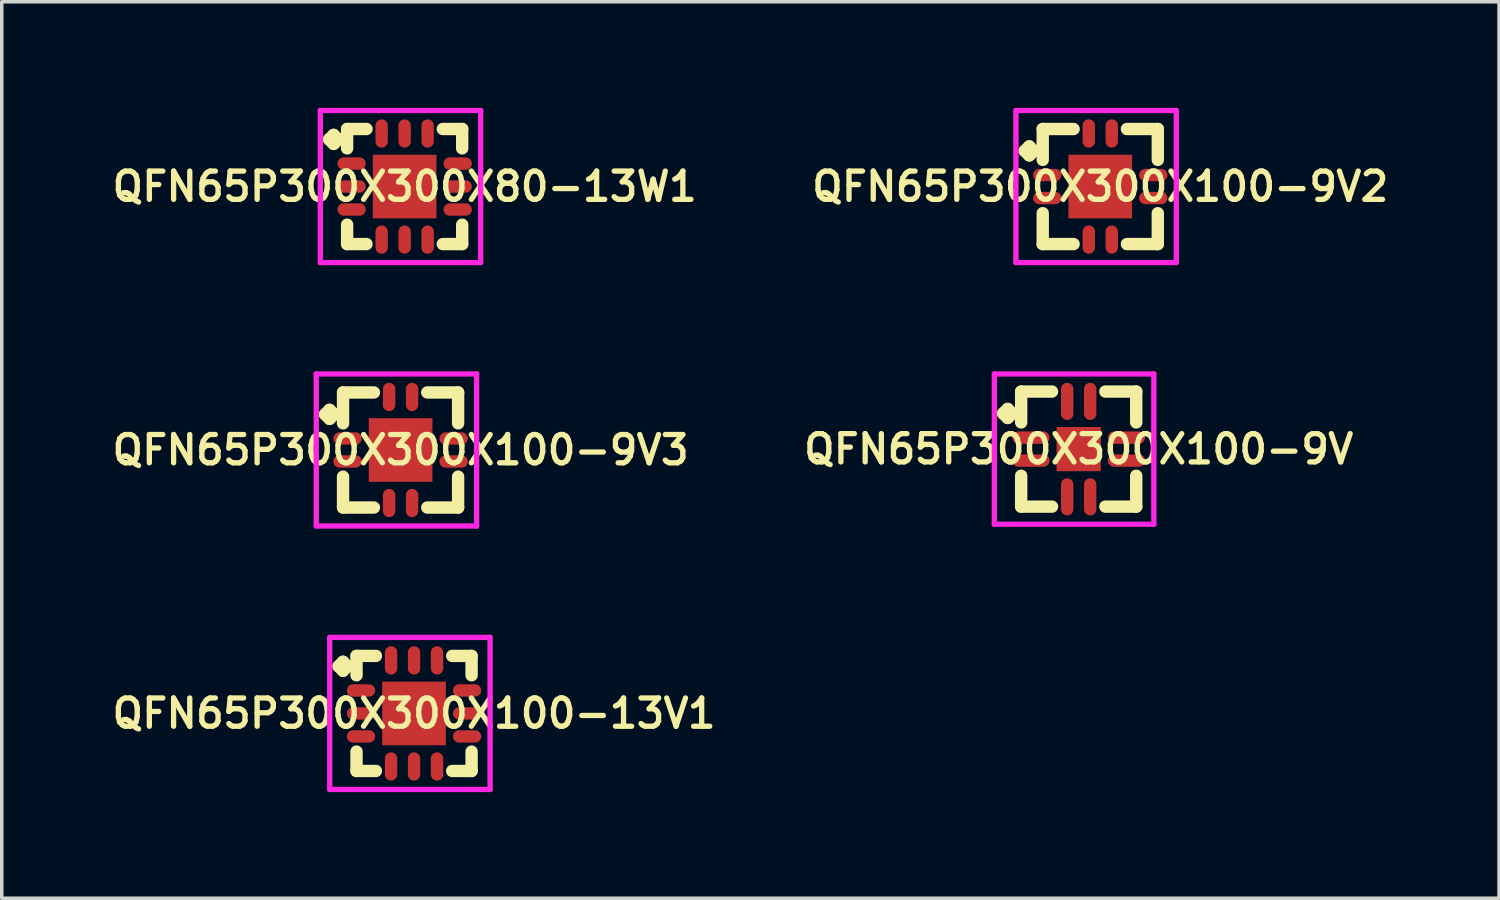
<source format=kicad_pcb>
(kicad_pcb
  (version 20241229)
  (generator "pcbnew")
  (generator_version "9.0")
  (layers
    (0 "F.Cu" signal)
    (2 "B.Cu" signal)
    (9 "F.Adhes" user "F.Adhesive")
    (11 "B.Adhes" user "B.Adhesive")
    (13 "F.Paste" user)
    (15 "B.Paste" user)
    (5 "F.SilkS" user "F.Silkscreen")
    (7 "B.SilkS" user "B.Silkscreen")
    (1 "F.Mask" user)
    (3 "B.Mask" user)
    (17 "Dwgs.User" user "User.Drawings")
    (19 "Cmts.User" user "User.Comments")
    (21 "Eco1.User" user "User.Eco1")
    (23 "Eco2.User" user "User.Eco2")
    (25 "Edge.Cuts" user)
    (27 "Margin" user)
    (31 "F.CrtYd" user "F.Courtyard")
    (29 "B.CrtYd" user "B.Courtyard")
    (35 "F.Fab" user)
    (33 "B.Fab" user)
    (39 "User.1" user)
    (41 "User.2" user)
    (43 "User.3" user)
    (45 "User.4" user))
  (footprint "QFN65P300X300X100-9V2"
    (layer "F.Cu")
    (at 28.064 2.225)
    (property "Reference" "QFN65P300X300X100-9V2" (at 0 0 0) (layer "F.SilkS") (effects (font (size 0.8 0.8) (thickness 0.15))))
    (attr smd)
    (fp_line (start -2.135 -1.008) (end -2.008 -1.135) (stroke (width 0.35) (type solid)) (layer "F.SilkS"))
    (fp_line (start -2.008 -1.135) (end -1.881 -1.008) (stroke (width 0.35) (type solid)) (layer "F.SilkS"))
    (fp_line (start -2.008 -0.881) (end -2.135 -1.008) (stroke (width 0.35) (type solid)) (layer "F.SilkS"))
    (fp_line (start -1.881 -1.008) (end -2.008 -0.881) (stroke (width 0.35) (type solid)) (layer "F.SilkS"))
    (fp_line (start -1.627 -1.627) (end -0.754 -1.627) (stroke (width 0.35) (type solid)) (layer "F.SilkS"))
    (fp_line (start -1.627 -0.754) (end -1.627 -1.627) (stroke (width 0.35) (type solid)) (layer "F.SilkS"))
    (fp_line (start -1.627 0.754) (end -1.627 1.627) (stroke (width 0.35) (type solid)) (layer "F.SilkS"))
    (fp_line (start -1.627 1.627) (end -0.754 1.627) (stroke (width 0.35) (type solid)) (layer "F.SilkS"))
    (fp_line (start 0.754 -1.627) (end 1.627 -1.627) (stroke (width 0.35) (type solid)) (layer "F.SilkS"))
    (fp_line (start 0.754 1.627) (end 1.627 1.627) (stroke (width 0.35) (type solid)) (layer "F.SilkS"))
    (fp_line (start 1.627 -1.627) (end 1.627 -0.754) (stroke (width 0.35) (type solid)) (layer "F.SilkS"))
    (fp_line (start 1.627 1.627) (end 1.627 0.754) (stroke (width 0.35) (type solid)) (layer "F.SilkS"))
    (fp_line (start -2.385 -2.15) (end 2.15 -2.15) (stroke (width 0.15) (type solid)) (layer "F.CrtYd"))
    (fp_line (start -2.385 2.15) (end -2.385 -2.15) (stroke (width 0.15) (type solid)) (layer "F.CrtYd"))
    (fp_line (start 2.15 -2.15) (end 2.15 2.15) (stroke (width 0.15) (type solid)) (layer "F.CrtYd"))
    (fp_line (start 2.15 2.15) (end -2.385 2.15) (stroke (width 0.15) (type solid)) (layer "F.CrtYd"))
    (pad "1" smd oval (at -1.5 -0.325) (size 0.8 0.35) (layers "F.Cu" "F.Mask" "F.Paste"))
    (pad "2" smd oval (at -1.5 0.325) (size 0.8 0.35) (layers "F.Cu" "F.Mask" "F.Paste"))
    (pad "3" smd oval (at -0.325 1.5) (size 0.35 0.8) (layers "F.Cu" "F.Mask" "F.Paste"))
    (pad "4" smd oval (at 0.325 1.5) (size 0.35 0.8) (layers "F.Cu" "F.Mask" "F.Paste"))
    (pad "5" smd oval (at 1.5 0.325) (size 0.8 0.35) (layers "F.Cu" "F.Mask" "F.Paste"))
    (pad "6" smd oval (at 1.5 -0.325) (size 0.8 0.35) (layers "F.Cu" "F.Mask" "F.Paste"))
    (pad "7" smd oval (at 0.325 -1.5) (size 0.35 0.8) (layers "F.Cu" "F.Mask" "F.Paste"))
    (pad "8" smd oval (at -0.325 -1.5) (size 0.35 0.8) (layers "F.Cu" "F.Mask" "F.Paste"))
    (pad "9" smd rect (at 0 0) (size 1.8 1.8) (layers "F.Cu" "F.Mask" "F.Paste")))
  (footprint "QFN65P300X300X80-13W1"
    (layer "F.Cu")
    (at 8.393 2.225)
    (property "Reference" "QFN65P300X300X80-13W1" (at 0 0 0) (layer "F.SilkS") (effects (font (size 0.8 0.8) (thickness 0.15))))
    (attr smd)
    (fp_line (start -2.135 -1.333) (end -2.008 -1.46) (stroke (width 0.35) (type solid)) (layer "F.SilkS"))
    (fp_line (start -2.008 -1.46) (end -1.881 -1.333) (stroke (width 0.35) (type solid)) (layer "F.SilkS"))
    (fp_line (start -2.008 -1.206) (end -2.135 -1.333) (stroke (width 0.35) (type solid)) (layer "F.SilkS"))
    (fp_line (start -1.881 -1.333) (end -2.008 -1.206) (stroke (width 0.35) (type solid)) (layer "F.SilkS"))
    (fp_line (start -1.627 -1.627) (end -1.079 -1.627) (stroke (width 0.35) (type solid)) (layer "F.SilkS"))
    (fp_line (start -1.627 -1.079) (end -1.627 -1.627) (stroke (width 0.35) (type solid)) (layer "F.SilkS"))
    (fp_line (start -1.627 1.079) (end -1.627 1.627) (stroke (width 0.35) (type solid)) (layer "F.SilkS"))
    (fp_line (start -1.627 1.627) (end -1.079 1.627) (stroke (width 0.35) (type solid)) (layer "F.SilkS"))
    (fp_line (start 1.079 -1.627) (end 1.627 -1.627) (stroke (width 0.35) (type solid)) (layer "F.SilkS"))
    (fp_line (start 1.079 1.627) (end 1.627 1.627) (stroke (width 0.35) (type solid)) (layer "F.SilkS"))
    (fp_line (start 1.627 -1.627) (end 1.627 -1.079) (stroke (width 0.35) (type solid)) (layer "F.SilkS"))
    (fp_line (start 1.627 1.627) (end 1.627 1.079) (stroke (width 0.35) (type solid)) (layer "F.SilkS"))
    (fp_line (start -2.385 -2.15) (end 2.15 -2.15) (stroke (width 0.15) (type solid)) (layer "F.CrtYd"))
    (fp_line (start -2.385 2.15) (end -2.385 -2.15) (stroke (width 0.15) (type solid)) (layer "F.CrtYd"))
    (fp_line (start 2.15 -2.15) (end 2.15 2.15) (stroke (width 0.15) (type solid)) (layer "F.CrtYd"))
    (fp_line (start 2.15 2.15) (end -2.385 2.15) (stroke (width 0.15) (type solid)) (layer "F.CrtYd"))
    (pad "1" smd oval (at -1.5 -0.65) (size 0.8 0.35) (layers "F.Cu" "F.Mask" "F.Paste"))
    (pad "2" smd oval (at -1.5 0) (size 0.8 0.35) (layers "F.Cu" "F.Mask" "F.Paste"))
    (pad "3" smd oval (at -1.5 0.65) (size 0.8 0.35) (layers "F.Cu" "F.Mask" "F.Paste"))
    (pad "4" smd oval (at -0.65 1.5) (size 0.35 0.8) (layers "F.Cu" "F.Mask" "F.Paste"))
    (pad "5" smd oval (at 0 1.5) (size 0.35 0.8) (layers "F.Cu" "F.Mask" "F.Paste"))
    (pad "6" smd oval (at 0.65 1.5) (size 0.35 0.8) (layers "F.Cu" "F.Mask" "F.Paste"))
    (pad "7" smd oval (at 1.5 0.65) (size 0.8 0.35) (layers "F.Cu" "F.Mask" "F.Paste"))
    (pad "8" smd oval (at 1.5 0) (size 0.8 0.35) (layers "F.Cu" "F.Mask" "F.Paste"))
    (pad "9" smd oval (at 1.5 -0.65) (size 0.8 0.35) (layers "F.Cu" "F.Mask" "F.Paste"))
    (pad "10" smd oval (at 0.65 -1.5) (size 0.35 0.8) (layers "F.Cu" "F.Mask" "F.Paste"))
    (pad "11" smd oval (at 0 -1.5) (size 0.35 0.8) (layers "F.Cu" "F.Mask" "F.Paste"))
    (pad "12" smd oval (at -0.65 -1.5) (size 0.35 0.8) (layers "F.Cu" "F.Mask" "F.Paste"))
    (pad "13" smd rect (at 0 0) (size 1.8 1.8) (layers "F.Cu" "F.Mask" "F.Paste")))
  (footprint "QFN65P300X300X100-13V1"
    (layer "F.Cu")
    (at 8.659 17.125)
    (property "Reference" "QFN65P300X300X100-13V1" (at 0 0 0) (layer "F.SilkS") (effects (font (size 0.8 0.8) (thickness 0.15))))
    (attr smd)
    (fp_line (start -2.135 -1.333) (end -2.008 -1.46) (stroke (width 0.35) (type solid)) (layer "F.SilkS"))
    (fp_line (start -2.008 -1.46) (end -1.881 -1.333) (stroke (width 0.35) (type solid)) (layer "F.SilkS"))
    (fp_line (start -2.008 -1.206) (end -2.135 -1.333) (stroke (width 0.35) (type solid)) (layer "F.SilkS"))
    (fp_line (start -1.881 -1.333) (end -2.008 -1.206) (stroke (width 0.35) (type solid)) (layer "F.SilkS"))
    (fp_line (start -1.627 -1.627) (end -1.079 -1.627) (stroke (width 0.35) (type solid)) (layer "F.SilkS"))
    (fp_line (start -1.627 -1.079) (end -1.627 -1.627) (stroke (width 0.35) (type solid)) (layer "F.SilkS"))
    (fp_line (start -1.627 1.079) (end -1.627 1.627) (stroke (width 0.35) (type solid)) (layer "F.SilkS"))
    (fp_line (start -1.627 1.627) (end -1.079 1.627) (stroke (width 0.35) (type solid)) (layer "F.SilkS"))
    (fp_line (start 1.079 -1.627) (end 1.627 -1.627) (stroke (width 0.35) (type solid)) (layer "F.SilkS"))
    (fp_line (start 1.079 1.627) (end 1.627 1.627) (stroke (width 0.35) (type solid)) (layer "F.SilkS"))
    (fp_line (start 1.627 -1.627) (end 1.627 -1.079) (stroke (width 0.35) (type solid)) (layer "F.SilkS"))
    (fp_line (start 1.627 1.627) (end 1.627 1.079) (stroke (width 0.35) (type solid)) (layer "F.SilkS"))
    (fp_line (start -2.385 -2.15) (end 2.15 -2.15) (stroke (width 0.15) (type solid)) (layer "F.CrtYd"))
    (fp_line (start -2.385 2.15) (end -2.385 -2.15) (stroke (width 0.15) (type solid)) (layer "F.CrtYd"))
    (fp_line (start 2.15 -2.15) (end 2.15 2.15) (stroke (width 0.15) (type solid)) (layer "F.CrtYd"))
    (fp_line (start 2.15 2.15) (end -2.385 2.15) (stroke (width 0.15) (type solid)) (layer "F.CrtYd"))
    (pad "1" smd oval (at -1.5 -0.65) (size 0.8 0.35) (layers "F.Cu" "F.Mask" "F.Paste"))
    (pad "2" smd oval (at -1.5 0) (size 0.8 0.35) (layers "F.Cu" "F.Mask" "F.Paste"))
    (pad "3" smd oval (at -1.5 0.65) (size 0.8 0.35) (layers "F.Cu" "F.Mask" "F.Paste"))
    (pad "4" smd oval (at -0.65 1.5) (size 0.35 0.8) (layers "F.Cu" "F.Mask" "F.Paste"))
    (pad "5" smd oval (at 0 1.5) (size 0.35 0.8) (layers "F.Cu" "F.Mask" "F.Paste"))
    (pad "6" smd oval (at 0.65 1.5) (size 0.35 0.8) (layers "F.Cu" "F.Mask" "F.Paste"))
    (pad "7" smd oval (at 1.5 0.65) (size 0.8 0.35) (layers "F.Cu" "F.Mask" "F.Paste"))
    (pad "8" smd oval (at 1.5 0) (size 0.8 0.35) (layers "F.Cu" "F.Mask" "F.Paste"))
    (pad "9" smd oval (at 1.5 -0.65) (size 0.8 0.35) (layers "F.Cu" "F.Mask" "F.Paste"))
    (pad "10" smd oval (at 0.65 -1.5) (size 0.35 0.8) (layers "F.Cu" "F.Mask" "F.Paste"))
    (pad "11" smd oval (at 0 -1.5) (size 0.35 0.8) (layers "F.Cu" "F.Mask" "F.Paste"))
    (pad "12" smd oval (at -0.65 -1.5) (size 0.35 0.8) (layers "F.Cu" "F.Mask" "F.Paste"))
    (pad "13" smd rect (at 0 0) (size 1.8 1.8) (layers "F.Cu" "F.Mask" "F.Paste")))
  (footprint "QFN65P300X300X100-9V"
    (layer "F.Cu")
    (at 27.454 9.65)
    (property "Reference" "QFN65P300X300X100-9V" (at 0 0 0) (layer "F.SilkS") (effects (font (size 0.8 0.8) (thickness 0.15))))
    (attr smd)
    (fp_line (start -2.135 -1.008) (end -2.008 -1.135) (stroke (width 0.35) (type solid)) (layer "F.SilkS"))
    (fp_line (start -2.008 -1.135) (end -1.881 -1.008) (stroke (width 0.35) (type solid)) (layer "F.SilkS"))
    (fp_line (start -2.008 -0.881) (end -2.135 -1.008) (stroke (width 0.35) (type solid)) (layer "F.SilkS"))
    (fp_line (start -1.881 -1.008) (end -2.008 -0.881) (stroke (width 0.35) (type solid)) (layer "F.SilkS"))
    (fp_line (start -1.627 -1.627) (end -0.754 -1.627) (stroke (width 0.35) (type solid)) (layer "F.SilkS"))
    (fp_line (start -1.627 -0.754) (end -1.627 -1.627) (stroke (width 0.35) (type solid)) (layer "F.SilkS"))
    (fp_line (start -1.627 0.754) (end -1.627 1.627) (stroke (width 0.35) (type solid)) (layer "F.SilkS"))
    (fp_line (start -1.627 1.627) (end -0.754 1.627) (stroke (width 0.35) (type solid)) (layer "F.SilkS"))
    (fp_line (start 0.754 -1.627) (end 1.627 -1.627) (stroke (width 0.35) (type solid)) (layer "F.SilkS"))
    (fp_line (start 0.754 1.627) (end 1.627 1.627) (stroke (width 0.35) (type solid)) (layer "F.SilkS"))
    (fp_line (start 1.627 -1.627) (end 1.627 -0.754) (stroke (width 0.35) (type solid)) (layer "F.SilkS"))
    (fp_line (start 1.627 1.627) (end 1.627 0.754) (stroke (width 0.35) (type solid)) (layer "F.SilkS"))
    (fp_line (start -2.385 -2.125) (end 2.125 -2.125) (stroke (width 0.15) (type solid)) (layer "F.CrtYd"))
    (fp_line (start -2.385 2.125) (end -2.385 -2.125) (stroke (width 0.15) (type solid)) (layer "F.CrtYd"))
    (fp_line (start 2.125 -2.125) (end 2.125 2.125) (stroke (width 0.15) (type solid)) (layer "F.CrtYd"))
    (fp_line (start 2.125 2.125) (end -2.385 2.125) (stroke (width 0.15) (type solid)) (layer "F.CrtYd"))
    (pad "1" smd oval (at -1.35 -0.325) (size 1.05 0.35) (layers "F.Cu" "F.Mask" "F.Paste"))
    (pad "2" smd oval (at -1.35 0.325) (size 1.05 0.35) (layers "F.Cu" "F.Mask" "F.Paste"))
    (pad "3" smd oval (at -0.325 1.35) (size 0.35 1.05) (layers "F.Cu" "F.Mask" "F.Paste"))
    (pad "4" smd oval (at 0.325 1.35) (size 0.35 1.05) (layers "F.Cu" "F.Mask" "F.Paste"))
    (pad "5" smd oval (at 1.35 0.325) (size 1.05 0.35) (layers "F.Cu" "F.Mask" "F.Paste"))
    (pad "6" smd oval (at 1.35 -0.325) (size 1.05 0.35) (layers "F.Cu" "F.Mask" "F.Paste"))
    (pad "7" smd oval (at 0.325 -1.35) (size 0.35 1.05) (layers "F.Cu" "F.Mask" "F.Paste"))
    (pad "8" smd oval (at -0.325 -1.35) (size 0.35 1.05) (layers "F.Cu" "F.Mask" "F.Paste"))
    (pad "9" smd rect (at 0 0) (size 1.25 1.25) (layers "F.Cu" "F.Mask" "F.Paste")))
  (footprint "QFN65P300X300X100-9V3"
    (layer "F.Cu")
    (at 8.278 9.675)
    (property "Reference" "QFN65P300X300X100-9V3" (at 0 0 0) (layer "F.SilkS") (effects (font (size 0.8 0.8) (thickness 0.15))))
    (attr smd)
    (fp_line (start -2.135 -1.008) (end -2.008 -1.135) (stroke (width 0.35) (type solid)) (layer "F.SilkS"))
    (fp_line (start -2.008 -1.135) (end -1.881 -1.008) (stroke (width 0.35) (type solid)) (layer "F.SilkS"))
    (fp_line (start -2.008 -0.881) (end -2.135 -1.008) (stroke (width 0.35) (type solid)) (layer "F.SilkS"))
    (fp_line (start -1.881 -1.008) (end -2.008 -0.881) (stroke (width 0.35) (type solid)) (layer "F.SilkS"))
    (fp_line (start -1.627 -1.627) (end -0.754 -1.627) (stroke (width 0.35) (type solid)) (layer "F.SilkS"))
    (fp_line (start -1.627 -0.754) (end -1.627 -1.627) (stroke (width 0.35) (type solid)) (layer "F.SilkS"))
    (fp_line (start -1.627 0.754) (end -1.627 1.627) (stroke (width 0.35) (type solid)) (layer "F.SilkS"))
    (fp_line (start -1.627 1.627) (end -0.754 1.627) (stroke (width 0.35) (type solid)) (layer "F.SilkS"))
    (fp_line (start 0.754 -1.627) (end 1.627 -1.627) (stroke (width 0.35) (type solid)) (layer "F.SilkS"))
    (fp_line (start 0.754 1.627) (end 1.627 1.627) (stroke (width 0.35) (type solid)) (layer "F.SilkS"))
    (fp_line (start 1.627 -1.627) (end 1.627 -0.754) (stroke (width 0.35) (type solid)) (layer "F.SilkS"))
    (fp_line (start 1.627 1.627) (end 1.627 0.754) (stroke (width 0.35) (type solid)) (layer "F.SilkS"))
    (fp_line (start -2.385 -2.15) (end 2.15 -2.15) (stroke (width 0.15) (type solid)) (layer "F.CrtYd"))
    (fp_line (start -2.385 2.15) (end -2.385 -2.15) (stroke (width 0.15) (type solid)) (layer "F.CrtYd"))
    (fp_line (start 2.15 -2.15) (end 2.15 2.15) (stroke (width 0.15) (type solid)) (layer "F.CrtYd"))
    (fp_line (start 2.15 2.15) (end -2.385 2.15) (stroke (width 0.15) (type solid)) (layer "F.CrtYd"))
    (pad "1" smd oval (at -1.5 -0.325) (size 0.8 0.35) (layers "F.Cu" "F.Mask" "F.Paste"))
    (pad "2" smd oval (at -1.5 0.325) (size 0.8 0.35) (layers "F.Cu" "F.Mask" "F.Paste"))
    (pad "3" smd oval (at -0.325 1.5) (size 0.35 0.8) (layers "F.Cu" "F.Mask" "F.Paste"))
    (pad "4" smd oval (at 0.325 1.5) (size 0.35 0.8) (layers "F.Cu" "F.Mask" "F.Paste"))
    (pad "5" smd oval (at 1.5 0.325) (size 0.8 0.35) (layers "F.Cu" "F.Mask" "F.Paste"))
    (pad "6" smd oval (at 1.5 -0.325) (size 0.8 0.35) (layers "F.Cu" "F.Mask" "F.Paste"))
    (pad "7" smd oval (at 0.325 -1.5) (size 0.35 0.8) (layers "F.Cu" "F.Mask" "F.Paste"))
    (pad "8" smd oval (at -0.325 -1.5) (size 0.35 0.8) (layers "F.Cu" "F.Mask" "F.Paste"))
    (pad "9" smd rect (at 0 0) (size 1.8 1.8) (layers "F.Cu" "F.Mask" "F.Paste")))
  (gr_rect
    (start -3 -3)
    (end 39.342 22.35)
    (stroke (width 0.1) (type default))
    (fill no)
    (layer "Edge.Cuts")))
</source>
